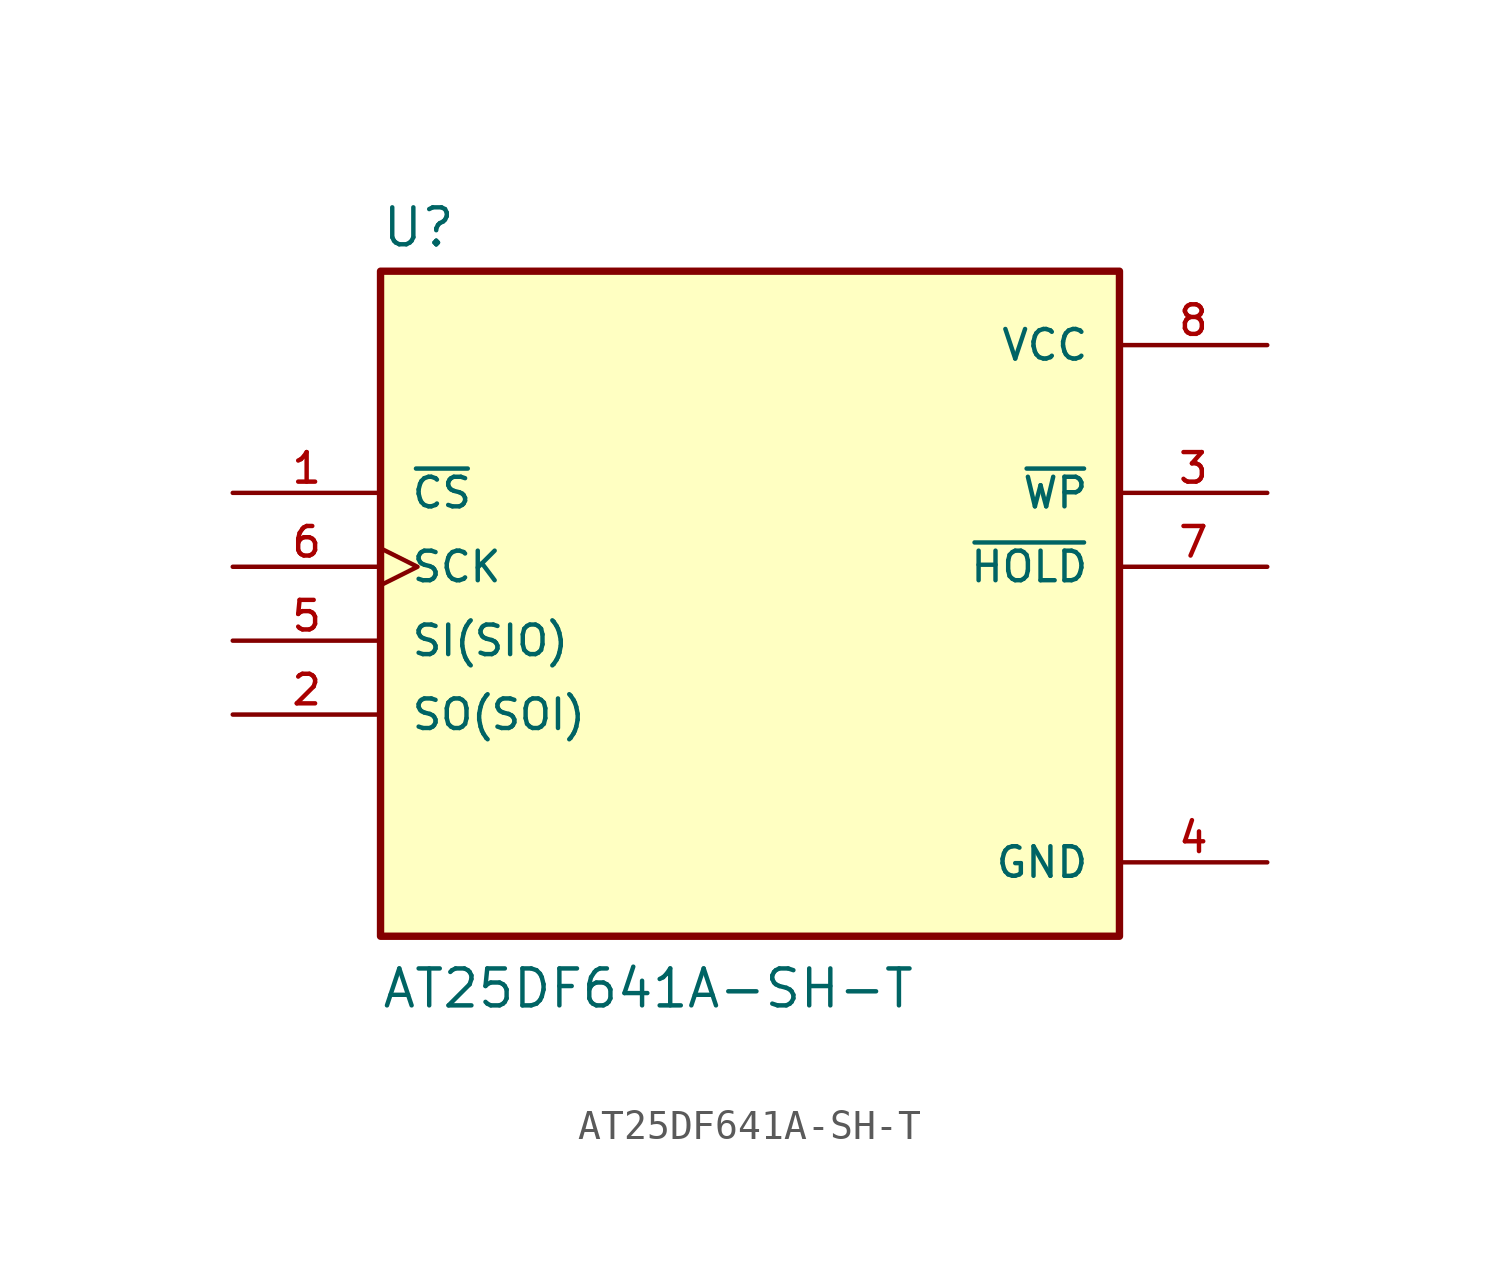
<source format=kicad_sym>
(kicad_symbol_lib
  (version 20211014)
  (generator kicad_symbol_editor)
  (symbol "AT25DF641A-SH-T"
    (pin_names
      (offset 1.016))
    (property "Reference" "U"
      (at -12.7 13.462 0)
      (effects (font (size 1.27 1.27)) (justify bottom left)))
    (property "Value" "AT25DF641A-SH-T"
      (at -12.7 -12.7 0)
      (effects (font (size 1.27 1.27)) (justify bottom left)))
    (symbol "AT25DF641A-SH-T_0_0"
      (rectangle (start -12.7 -10.16) (end 12.7 12.7) (stroke (width 0.254)) (fill (type background)))
      (pin input line (at -17.78 5.08 0) (length 5.08) (name "~{CS}" (effects (font (size 1.016 1.016)))) (number "1" (effects (font (size 1.016 1.016)))))
      (pin bidirectional line (at -17.78 -2.54 0) (length 5.08) (name "SO(SOI)" (effects (font (size 1.016 1.016)))) (number "2" (effects (font (size 1.016 1.016)))))
      (pin bidirectional line (at 17.78 5.08 180.0) (length 5.08) (name "~{WP}" (effects (font (size 1.016 1.016)))) (number "3" (effects (font (size 1.016 1.016)))))
      (pin power_in line (at 17.78 -7.62 180.0) (length 5.08) (name "GND" (effects (font (size 1.016 1.016)))) (number "4" (effects (font (size 1.016 1.016)))))
      (pin power_in line (at 17.78 10.16 180.0) (length 5.08) (name "VCC" (effects (font (size 1.016 1.016)))) (number "8" (effects (font (size 1.016 1.016)))))
      (pin bidirectional line (at 17.78 2.54 180.0) (length 5.08) (name "~{HOLD}" (effects (font (size 1.016 1.016)))) (number "7" (effects (font (size 1.016 1.016)))))
      (pin input clock (at -17.78 2.54 0) (length 5.08) (name "SCK" (effects (font (size 1.016 1.016)))) (number "6" (effects (font (size 1.016 1.016)))))
      (pin bidirectional line (at -17.78 0.0 0) (length 5.08) (name "SI(SIO)" (effects (font (size 1.016 1.016)))) (number "5" (effects (font (size 1.016 1.016))))))))
</source>
